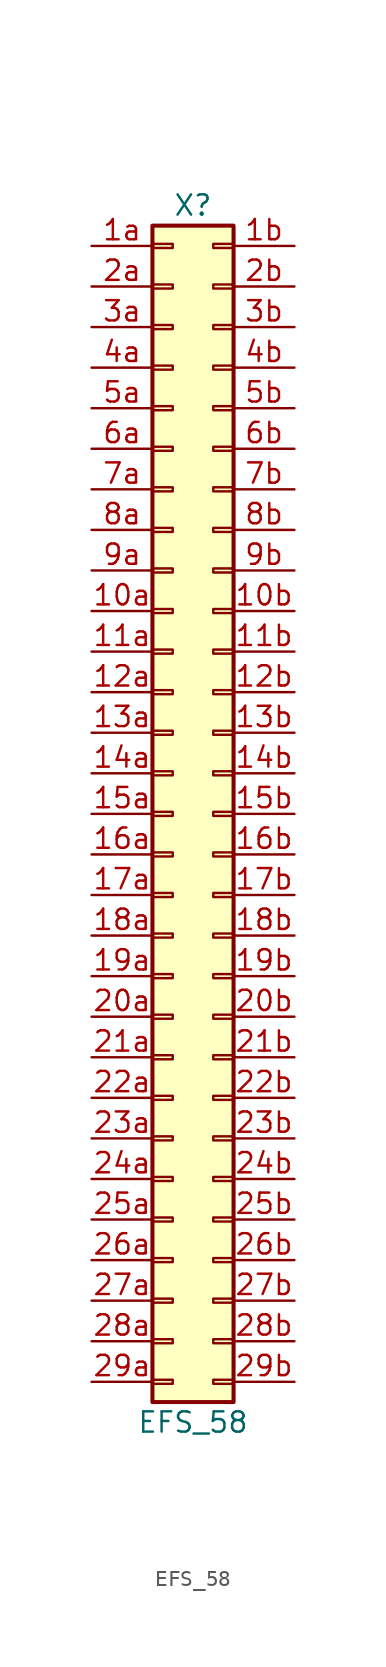
<source format=kicad_sym>
(kicad_symbol_lib
  (version 20211014)
  (generator kicad_symbol_editor)
  (symbol "EFS_58"
    (pin_names
      (offset 1.016) hide)
    (property "Reference" "X"
      (at 0 38.1 0)
      (effects (font (size 1.27 1.27))))
    (property "Value" "EFS_58"
      (at 0 -38.1 0)
      (effects (font (size 1.27 1.27))))
    (symbol "EFS_58_1_1"
      (rectangle (start -2.54 -35.433) (end -1.27 -35.687) (stroke (width 0.152) (type default) (color 0 0 0 0)) (fill (type none)))
      (rectangle (start -2.54 -32.893) (end -1.27 -33.147) (stroke (width 0.152) (type default) (color 0 0 0 0)) (fill (type none)))
      (rectangle (start -2.54 -30.353) (end -1.27 -30.607) (stroke (width 0.152) (type default) (color 0 0 0 0)) (fill (type none)))
      (rectangle (start -2.54 -27.813) (end -1.27 -28.067) (stroke (width 0.152) (type default) (color 0 0 0 0)) (fill (type none)))
      (rectangle (start -2.54 -25.273) (end -1.27 -25.527) (stroke (width 0.152) (type default) (color 0 0 0 0)) (fill (type none)))
      (rectangle (start -2.54 -22.733) (end -1.27 -22.987) (stroke (width 0.152) (type default) (color 0 0 0 0)) (fill (type none)))
      (rectangle (start -2.54 -20.193) (end -1.27 -20.447) (stroke (width 0.152) (type default) (color 0 0 0 0)) (fill (type none)))
      (rectangle (start -2.54 -17.653) (end -1.27 -17.907) (stroke (width 0.152) (type default) (color 0 0 0 0)) (fill (type none)))
      (rectangle (start -2.54 -15.113) (end -1.27 -15.367) (stroke (width 0.152) (type default) (color 0 0 0 0)) (fill (type none)))
      (rectangle (start -2.54 -12.573) (end -1.27 -12.827) (stroke (width 0.152) (type default) (color 0 0 0 0)) (fill (type none)))
      (rectangle (start -2.54 -10.033) (end -1.27 -10.287) (stroke (width 0.152) (type default) (color 0 0 0 0)) (fill (type none)))
      (rectangle (start -2.54 -7.493) (end -1.27 -7.747) (stroke (width 0.152) (type default) (color 0 0 0 0)) (fill (type none)))
      (rectangle (start -2.54 -4.953) (end -1.27 -5.207) (stroke (width 0.152) (type default) (color 0 0 0 0)) (fill (type none)))
      (rectangle (start -2.54 -2.413) (end -1.27 -2.667) (stroke (width 0.152) (type default) (color 0 0 0 0)) (fill (type none)))
      (rectangle (start -2.54 0.127) (end -1.27 -0.127) (stroke (width 0.152) (type default) (color 0 0 0 0)) (fill (type none)))
      (rectangle (start -2.54 2.667) (end -1.27 2.413) (stroke (width 0.152) (type default) (color 0 0 0 0)) (fill (type none)))
      (rectangle (start -2.54 5.207) (end -1.27 4.953) (stroke (width 0.152) (type default) (color 0 0 0 0)) (fill (type none)))
      (rectangle (start -2.54 7.747) (end -1.27 7.493) (stroke (width 0.152) (type default) (color 0 0 0 0)) (fill (type none)))
      (rectangle (start -2.54 10.287) (end -1.27 10.033) (stroke (width 0.152) (type default) (color 0 0 0 0)) (fill (type none)))
      (rectangle (start -2.54 12.827) (end -1.27 12.573) (stroke (width 0.152) (type default) (color 0 0 0 0)) (fill (type none)))
      (rectangle (start -2.54 15.367) (end -1.27 15.113) (stroke (width 0.152) (type default) (color 0 0 0 0)) (fill (type none)))
      (rectangle (start -2.54 17.907) (end -1.27 17.653) (stroke (width 0.152) (type default) (color 0 0 0 0)) (fill (type none)))
      (rectangle (start -2.54 20.447) (end -1.27 20.193) (stroke (width 0.152) (type default) (color 0 0 0 0)) (fill (type none)))
      (rectangle (start -2.54 22.987) (end -1.27 22.733) (stroke (width 0.152) (type default) (color 0 0 0 0)) (fill (type none)))
      (rectangle (start -2.54 25.527) (end -1.27 25.273) (stroke (width 0.152) (type default) (color 0 0 0 0)) (fill (type none)))
      (rectangle (start -2.54 28.067) (end -1.27 27.813) (stroke (width 0.152) (type default) (color 0 0 0 0)) (fill (type none)))
      (rectangle (start -2.54 30.607) (end -1.27 30.353) (stroke (width 0.152) (type default) (color 0 0 0 0)) (fill (type none)))
      (rectangle (start -2.54 33.147) (end -1.27 32.893) (stroke (width 0.152) (type default) (color 0 0 0 0)) (fill (type none)))
      (rectangle (start -2.54 35.687) (end -1.27 35.433) (stroke (width 0.152) (type default) (color 0 0 0 0)) (fill (type none)))
      (rectangle (start -2.54 36.83) (end 2.54 -36.83) (stroke (width 0.254) (type default) (color 0 0 0 0)) (fill (type background)))
      (rectangle (start 2.54 -35.433) (end 1.27 -35.687) (stroke (width 0.152) (type default) (color 0 0 0 0)) (fill (type none)))
      (rectangle (start 2.54 -32.893) (end 1.27 -33.147) (stroke (width 0.152) (type default) (color 0 0 0 0)) (fill (type none)))
      (rectangle (start 2.54 -30.353) (end 1.27 -30.607) (stroke (width 0.152) (type default) (color 0 0 0 0)) (fill (type none)))
      (rectangle (start 2.54 -27.813) (end 1.27 -28.067) (stroke (width 0.152) (type default) (color 0 0 0 0)) (fill (type none)))
      (rectangle (start 2.54 -25.273) (end 1.27 -25.527) (stroke (width 0.152) (type default) (color 0 0 0 0)) (fill (type none)))
      (rectangle (start 2.54 -22.733) (end 1.27 -22.987) (stroke (width 0.152) (type default) (color 0 0 0 0)) (fill (type none)))
      (rectangle (start 2.54 -20.193) (end 1.27 -20.447) (stroke (width 0.152) (type default) (color 0 0 0 0)) (fill (type none)))
      (rectangle (start 2.54 -17.653) (end 1.27 -17.907) (stroke (width 0.152) (type default) (color 0 0 0 0)) (fill (type none)))
      (rectangle (start 2.54 -15.113) (end 1.27 -15.367) (stroke (width 0.152) (type default) (color 0 0 0 0)) (fill (type none)))
      (rectangle (start 2.54 -12.573) (end 1.27 -12.827) (stroke (width 0.152) (type default) (color 0 0 0 0)) (fill (type none)))
      (rectangle (start 2.54 -10.033) (end 1.27 -10.287) (stroke (width 0.152) (type default) (color 0 0 0 0)) (fill (type none)))
      (rectangle (start 2.54 -7.493) (end 1.27 -7.747) (stroke (width 0.152) (type default) (color 0 0 0 0)) (fill (type none)))
      (rectangle (start 2.54 -4.953) (end 1.27 -5.207) (stroke (width 0.152) (type default) (color 0 0 0 0)) (fill (type none)))
      (rectangle (start 2.54 -2.413) (end 1.27 -2.667) (stroke (width 0.152) (type default) (color 0 0 0 0)) (fill (type none)))
      (rectangle (start 2.54 0.127) (end 1.27 -0.127) (stroke (width 0.152) (type default) (color 0 0 0 0)) (fill (type none)))
      (rectangle (start 2.54 2.667) (end 1.27 2.413) (stroke (width 0.152) (type default) (color 0 0 0 0)) (fill (type none)))
      (rectangle (start 2.54 5.207) (end 1.27 4.953) (stroke (width 0.152) (type default) (color 0 0 0 0)) (fill (type none)))
      (rectangle (start 2.54 7.747) (end 1.27 7.493) (stroke (width 0.152) (type default) (color 0 0 0 0)) (fill (type none)))
      (rectangle (start 2.54 10.287) (end 1.27 10.033) (stroke (width 0.152) (type default) (color 0 0 0 0)) (fill (type none)))
      (rectangle (start 2.54 12.827) (end 1.27 12.573) (stroke (width 0.152) (type default) (color 0 0 0 0)) (fill (type none)))
      (rectangle (start 2.54 15.367) (end 1.27 15.113) (stroke (width 0.152) (type default) (color 0 0 0 0)) (fill (type none)))
      (rectangle (start 2.54 17.907) (end 1.27 17.653) (stroke (width 0.152) (type default) (color 0 0 0 0)) (fill (type none)))
      (rectangle (start 2.54 20.447) (end 1.27 20.193) (stroke (width 0.152) (type default) (color 0 0 0 0)) (fill (type none)))
      (rectangle (start 2.54 22.987) (end 1.27 22.733) (stroke (width 0.152) (type default) (color 0 0 0 0)) (fill (type none)))
      (rectangle (start 2.54 25.527) (end 1.27 25.273) (stroke (width 0.152) (type default) (color 0 0 0 0)) (fill (type none)))
      (rectangle (start 2.54 28.067) (end 1.27 27.813) (stroke (width 0.152) (type default) (color 0 0 0 0)) (fill (type none)))
      (rectangle (start 2.54 30.607) (end 1.27 30.353) (stroke (width 0.152) (type default) (color 0 0 0 0)) (fill (type none)))
      (rectangle (start 2.54 33.147) (end 1.27 32.893) (stroke (width 0.152) (type default) (color 0 0 0 0)) (fill (type none)))
      (rectangle (start 2.54 35.687) (end 1.27 35.433) (stroke (width 0.152) (type default) (color 0 0 0 0)) (fill (type none)))
      (pin passive line (at -6.35 12.7 0) (length 3.81) (name "Pin_10a" (effects (font (size 1.27 1.27)))) (number "10a" (effects (font (size 1.27 1.27)))))
      (pin passive line (at 6.35 12.7 180) (length 3.81) (name "Pin_10b" (effects (font (size 1.27 1.27)))) (number "10b" (effects (font (size 1.27 1.27)))))
      (pin passive line (at -6.35 10.16 0) (length 3.81) (name "Pin_11a" (effects (font (size 1.27 1.27)))) (number "11a" (effects (font (size 1.27 1.27)))))
      (pin passive line (at 6.35 10.16 180) (length 3.81) (name "Pin_11b" (effects (font (size 1.27 1.27)))) (number "11b" (effects (font (size 1.27 1.27)))))
      (pin passive line (at -6.35 7.62 0) (length 3.81) (name "Pin_12a" (effects (font (size 1.27 1.27)))) (number "12a" (effects (font (size 1.27 1.27)))))
      (pin passive line (at 6.35 7.62 180) (length 3.81) (name "Pin_12b" (effects (font (size 1.27 1.27)))) (number "12b" (effects (font (size 1.27 1.27)))))
      (pin passive line (at -6.35 5.08 0) (length 3.81) (name "Pin_13a" (effects (font (size 1.27 1.27)))) (number "13a" (effects (font (size 1.27 1.27)))))
      (pin passive line (at 6.35 5.08 180) (length 3.81) (name "Pin_13b" (effects (font (size 1.27 1.27)))) (number "13b" (effects (font (size 1.27 1.27)))))
      (pin passive line (at -6.35 2.54 0) (length 3.81) (name "Pin_14a" (effects (font (size 1.27 1.27)))) (number "14a" (effects (font (size 1.27 1.27)))))
      (pin passive line (at 6.35 2.54 180) (length 3.81) (name "Pin_14b" (effects (font (size 1.27 1.27)))) (number "14b" (effects (font (size 1.27 1.27)))))
      (pin passive line (at -6.35 0 0) (length 3.81) (name "Pin_15a" (effects (font (size 1.27 1.27)))) (number "15a" (effects (font (size 1.27 1.27)))))
      (pin passive line (at 6.35 0 180) (length 3.81) (name "Pin_15b" (effects (font (size 1.27 1.27)))) (number "15b" (effects (font (size 1.27 1.27)))))
      (pin passive line (at -6.35 -2.54 0) (length 3.81) (name "Pin_16a" (effects (font (size 1.27 1.27)))) (number "16a" (effects (font (size 1.27 1.27)))))
      (pin passive line (at 6.35 -2.54 180) (length 3.81) (name "Pin_16b" (effects (font (size 1.27 1.27)))) (number "16b" (effects (font (size 1.27 1.27)))))
      (pin passive line (at -6.35 -5.08 0) (length 3.81) (name "Pin_17a" (effects (font (size 1.27 1.27)))) (number "17a" (effects (font (size 1.27 1.27)))))
      (pin passive line (at 6.35 -5.08 180) (length 3.81) (name "Pin_17b" (effects (font (size 1.27 1.27)))) (number "17b" (effects (font (size 1.27 1.27)))))
      (pin passive line (at -6.35 -7.62 0) (length 3.81) (name "Pin_18a" (effects (font (size 1.27 1.27)))) (number "18a" (effects (font (size 1.27 1.27)))))
      (pin passive line (at 6.35 -7.62 180) (length 3.81) (name "Pin_18b" (effects (font (size 1.27 1.27)))) (number "18b" (effects (font (size 1.27 1.27)))))
      (pin passive line (at -6.35 -10.16 0) (length 3.81) (name "Pin_19a" (effects (font (size 1.27 1.27)))) (number "19a" (effects (font (size 1.27 1.27)))))
      (pin passive line (at 6.35 -10.16 180) (length 3.81) (name "Pin_19b" (effects (font (size 1.27 1.27)))) (number "19b" (effects (font (size 1.27 1.27)))))
      (pin passive line (at -6.35 35.56 0) (length 3.81) (name "Pin_1a" (effects (font (size 1.27 1.27)))) (number "1a" (effects (font (size 1.27 1.27)))))
      (pin passive line (at 6.35 35.56 180) (length 3.81) (name "Pin_1b" (effects (font (size 1.27 1.27)))) (number "1b" (effects (font (size 1.27 1.27)))))
      (pin passive line (at -6.35 -12.7 0) (length 3.81) (name "Pin_20a" (effects (font (size 1.27 1.27)))) (number "20a" (effects (font (size 1.27 1.27)))))
      (pin passive line (at 6.35 -12.7 180) (length 3.81) (name "Pin_20b" (effects (font (size 1.27 1.27)))) (number "20b" (effects (font (size 1.27 1.27)))))
      (pin passive line (at -6.35 -15.24 0) (length 3.81) (name "Pin_21a" (effects (font (size 1.27 1.27)))) (number "21a" (effects (font (size 1.27 1.27)))))
      (pin passive line (at 6.35 -15.24 180) (length 3.81) (name "Pin_21b" (effects (font (size 1.27 1.27)))) (number "21b" (effects (font (size 1.27 1.27)))))
      (pin passive line (at -6.35 -17.78 0) (length 3.81) (name "Pin_22a" (effects (font (size 1.27 1.27)))) (number "22a" (effects (font (size 1.27 1.27)))))
      (pin passive line (at 6.35 -17.78 180) (length 3.81) (name "Pin_22b" (effects (font (size 1.27 1.27)))) (number "22b" (effects (font (size 1.27 1.27)))))
      (pin passive line (at -6.35 -20.32 0) (length 3.81) (name "Pin_23a" (effects (font (size 1.27 1.27)))) (number "23a" (effects (font (size 1.27 1.27)))))
      (pin passive line (at 6.35 -20.32 180) (length 3.81) (name "Pin_23b" (effects (font (size 1.27 1.27)))) (number "23b" (effects (font (size 1.27 1.27)))))
      (pin passive line (at -6.35 -22.86 0) (length 3.81) (name "Pin_24a" (effects (font (size 1.27 1.27)))) (number "24a" (effects (font (size 1.27 1.27)))))
      (pin passive line (at 6.35 -22.86 180) (length 3.81) (name "Pin_24b" (effects (font (size 1.27 1.27)))) (number "24b" (effects (font (size 1.27 1.27)))))
      (pin passive line (at -6.35 -25.4 0) (length 3.81) (name "Pin_25a" (effects (font (size 1.27 1.27)))) (number "25a" (effects (font (size 1.27 1.27)))))
      (pin passive line (at 6.35 -25.4 180) (length 3.81) (name "Pin_25b" (effects (font (size 1.27 1.27)))) (number "25b" (effects (font (size 1.27 1.27)))))
      (pin passive line (at -6.35 -27.94 0) (length 3.81) (name "Pin_26a" (effects (font (size 1.27 1.27)))) (number "26a" (effects (font (size 1.27 1.27)))))
      (pin passive line (at 6.35 -27.94 180) (length 3.81) (name "Pin_26b" (effects (font (size 1.27 1.27)))) (number "26b" (effects (font (size 1.27 1.27)))))
      (pin passive line (at -6.35 -30.48 0) (length 3.81) (name "Pin_27a" (effects (font (size 1.27 1.27)))) (number "27a" (effects (font (size 1.27 1.27)))))
      (pin passive line (at 6.35 -30.48 180) (length 3.81) (name "Pin_27b" (effects (font (size 1.27 1.27)))) (number "27b" (effects (font (size 1.27 1.27)))))
      (pin passive line (at -6.35 -33.02 0) (length 3.81) (name "Pin_28a" (effects (font (size 1.27 1.27)))) (number "28a" (effects (font (size 1.27 1.27)))))
      (pin passive line (at 6.35 -33.02 180) (length 3.81) (name "Pin_28b" (effects (font (size 1.27 1.27)))) (number "28b" (effects (font (size 1.27 1.27)))))
      (pin passive line (at -6.35 -35.56 0) (length 3.81) (name "Pin_29a" (effects (font (size 1.27 1.27)))) (number "29a" (effects (font (size 1.27 1.27)))))
      (pin passive line (at 6.35 -35.56 180) (length 3.81) (name "Pin_29b" (effects (font (size 1.27 1.27)))) (number "29b" (effects (font (size 1.27 1.27)))))
      (pin passive line (at -6.35 33.02 0) (length 3.81) (name "Pin_2a" (effects (font (size 1.27 1.27)))) (number "2a" (effects (font (size 1.27 1.27)))))
      (pin passive line (at 6.35 33.02 180) (length 3.81) (name "Pin_2b" (effects (font (size 1.27 1.27)))) (number "2b" (effects (font (size 1.27 1.27)))))
      (pin passive line (at -6.35 30.48 0) (length 3.81) (name "Pin_3a" (effects (font (size 1.27 1.27)))) (number "3a" (effects (font (size 1.27 1.27)))))
      (pin passive line (at 6.35 30.48 180) (length 3.81) (name "Pin_3b" (effects (font (size 1.27 1.27)))) (number "3b" (effects (font (size 1.27 1.27)))))
      (pin passive line (at -6.35 27.94 0) (length 3.81) (name "Pin_4a" (effects (font (size 1.27 1.27)))) (number "4a" (effects (font (size 1.27 1.27)))))
      (pin passive line (at 6.35 27.94 180) (length 3.81) (name "Pin_4b" (effects (font (size 1.27 1.27)))) (number "4b" (effects (font (size 1.27 1.27)))))
      (pin passive line (at -6.35 25.4 0) (length 3.81) (name "Pin_5a" (effects (font (size 1.27 1.27)))) (number "5a" (effects (font (size 1.27 1.27)))))
      (pin passive line (at 6.35 25.4 180) (length 3.81) (name "Pin_5b" (effects (font (size 1.27 1.27)))) (number "5b" (effects (font (size 1.27 1.27)))))
      (pin passive line (at -6.35 22.86 0) (length 3.81) (name "Pin_6a" (effects (font (size 1.27 1.27)))) (number "6a" (effects (font (size 1.27 1.27)))))
      (pin passive line (at 6.35 22.86 180) (length 3.81) (name "Pin_6b" (effects (font (size 1.27 1.27)))) (number "6b" (effects (font (size 1.27 1.27)))))
      (pin passive line (at -6.35 20.32 0) (length 3.81) (name "Pin_7a" (effects (font (size 1.27 1.27)))) (number "7a" (effects (font (size 1.27 1.27)))))
      (pin passive line (at 6.35 20.32 180) (length 3.81) (name "Pin_7b" (effects (font (size 1.27 1.27)))) (number "7b" (effects (font (size 1.27 1.27)))))
      (pin passive line (at -6.35 17.78 0) (length 3.81) (name "Pin_8a" (effects (font (size 1.27 1.27)))) (number "8a" (effects (font (size 1.27 1.27)))))
      (pin passive line (at 6.35 17.78 180) (length 3.81) (name "Pin_8b" (effects (font (size 1.27 1.27)))) (number "8b" (effects (font (size 1.27 1.27)))))
      (pin passive line (at -6.35 15.24 0) (length 3.81) (name "Pin_9a" (effects (font (size 1.27 1.27)))) (number "9a" (effects (font (size 1.27 1.27)))))
      (pin passive line (at 6.35 15.24 180) (length 3.81) (name "Pin_9b" (effects (font (size 1.27 1.27)))) (number "9b" (effects (font (size 1.27 1.27))))))))
</source>
